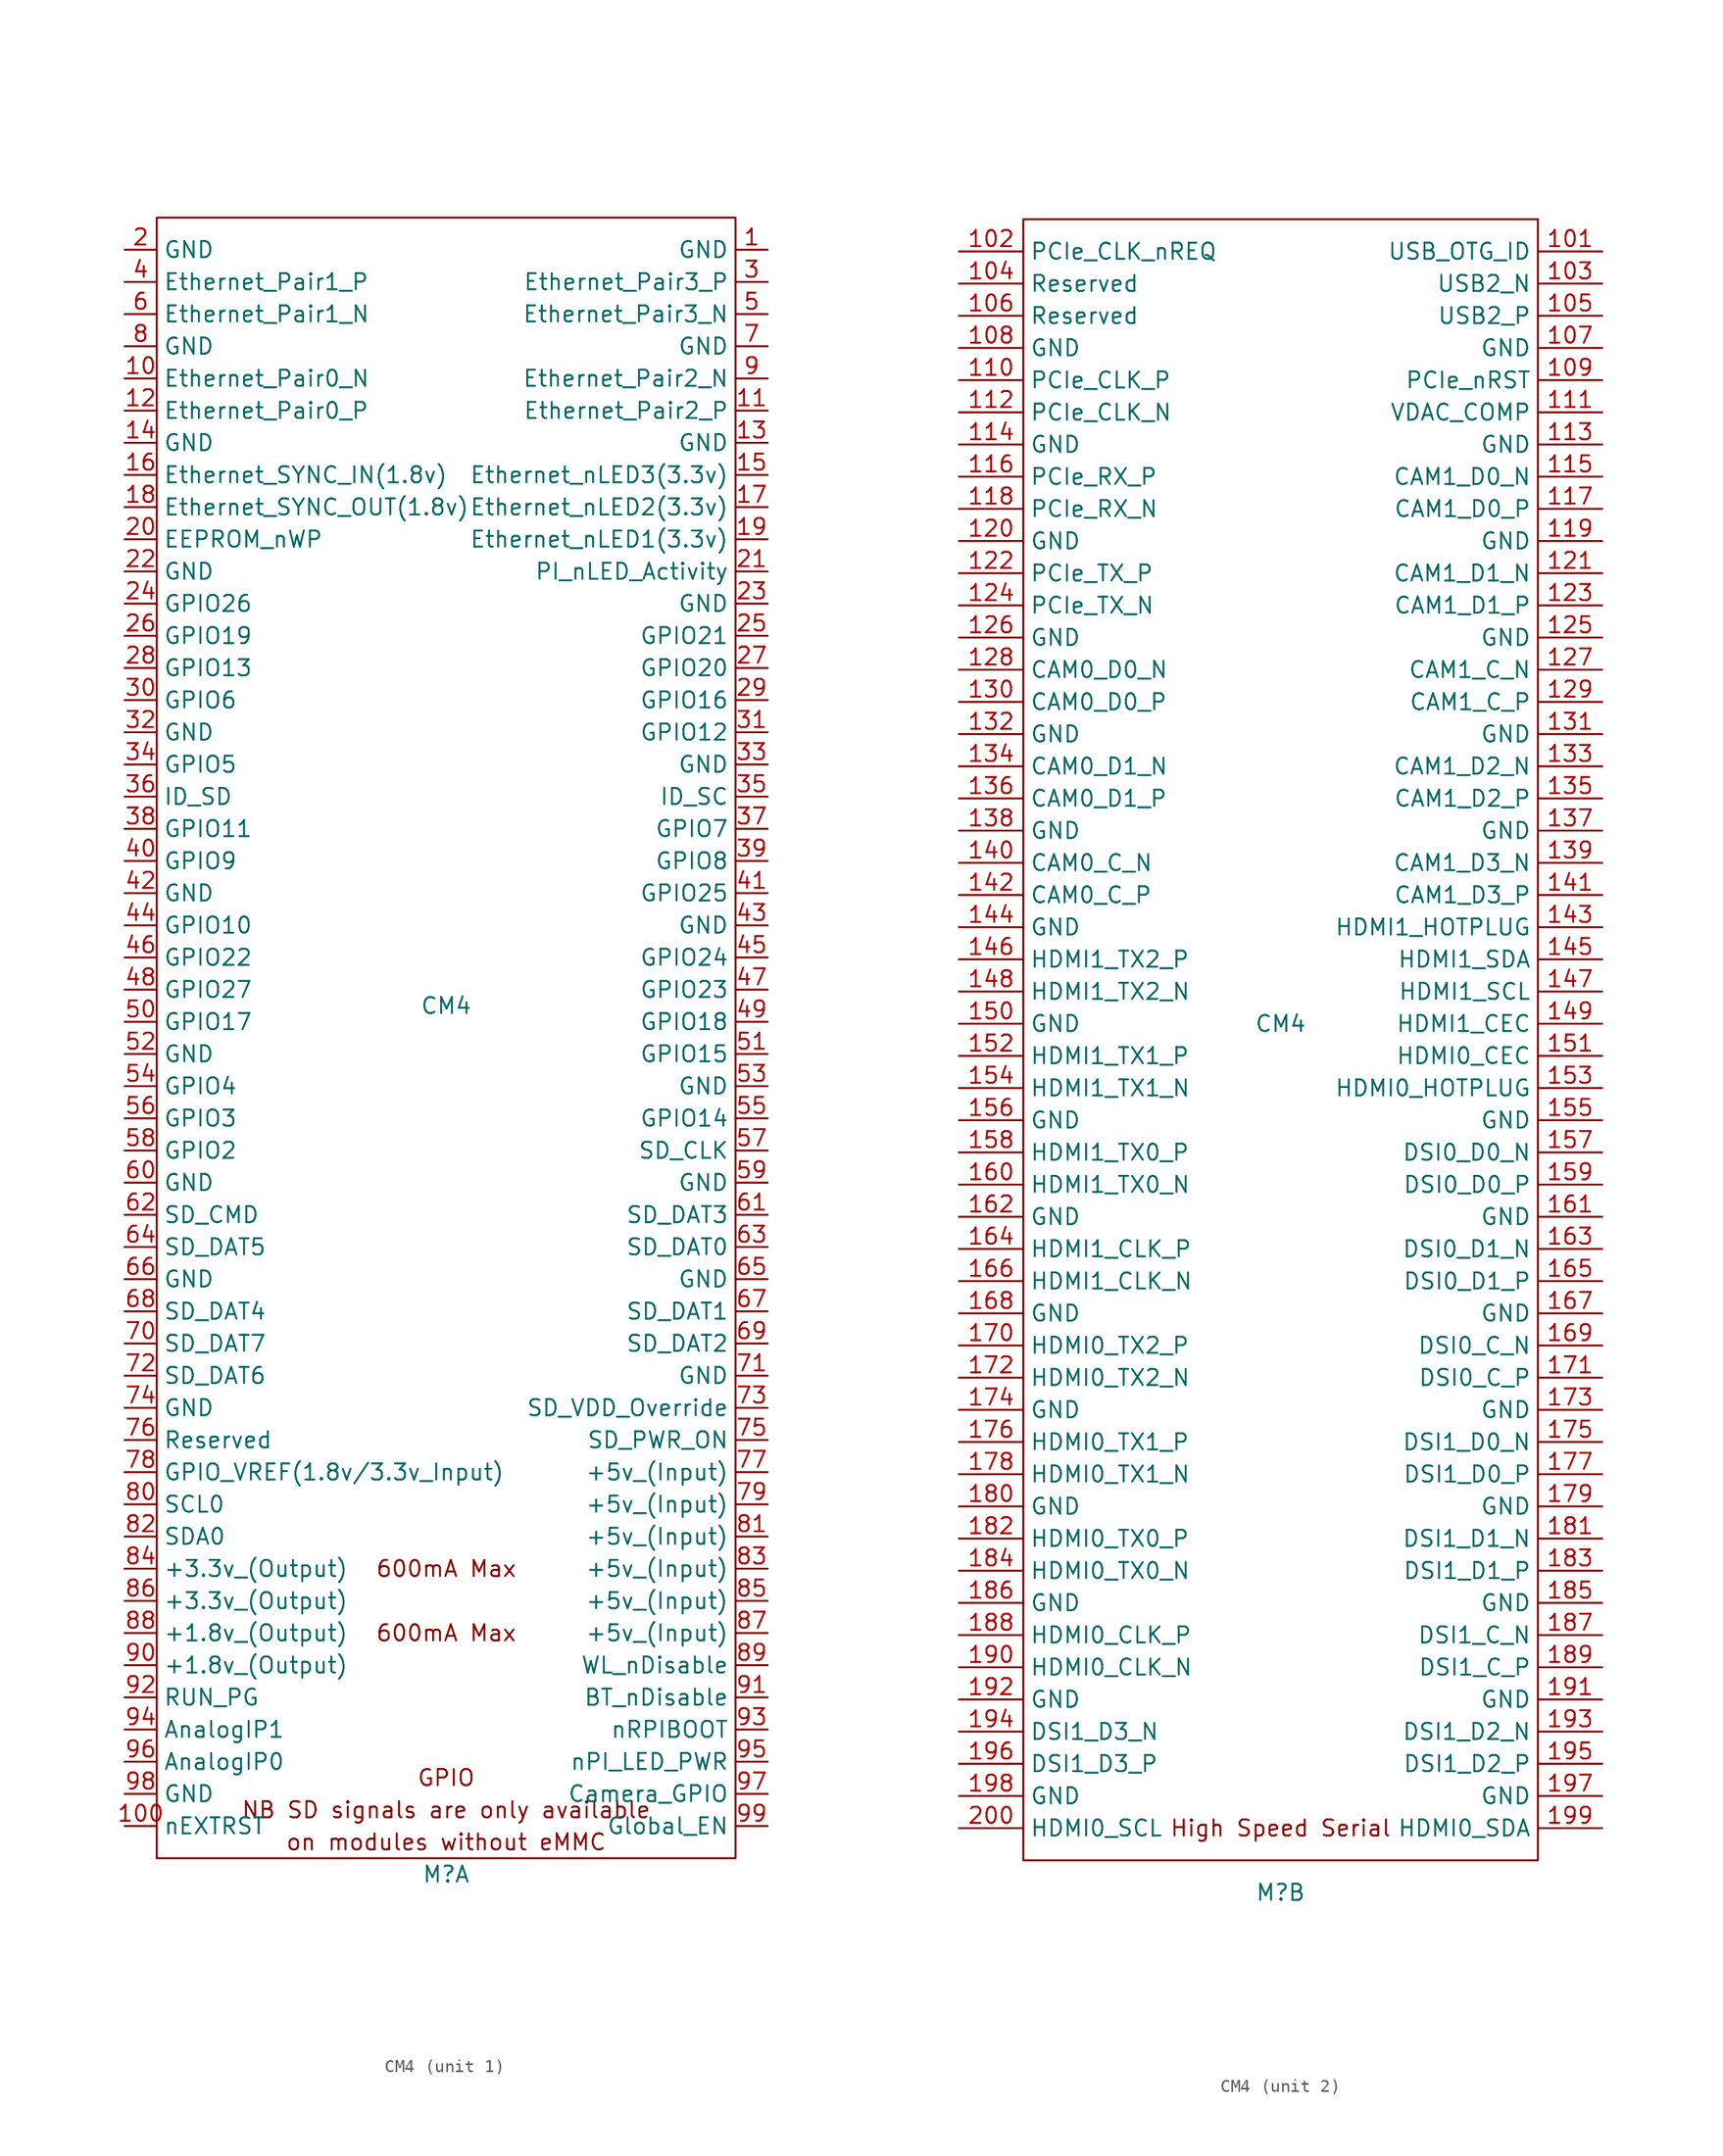
<source format=kicad_sym>
(kicad_symbol_lib
  (version 20220914)
  (generator kicad_symbol_editor)
  (symbol "CM4"
    (property "Reference" "M"
      (at 0 -68.58 0)
      (effects (font (size 1.27 1.27))))
    (property "Value" "CM4"
      (at 0 0 0)
      (effects (font (size 1.27 1.27))))
    (property "ki_locked" ""
      (at 0 0 0)
      (effects (font (size 1.27 1.27))))
    (symbol "CM4_1_0"
      (text "GPIO" (at 0 -60.96 0) (effects (font (size 1.27 1.27)))))
    (symbol "CM4_1_1"
      (rectangle (start -22.86 62.23) (end 22.86 -67.31) (stroke (width 0) (type default)) (fill (type none)))
      (text "600mA Max" (at 0 -49.53 0) (effects (font (size 1.27 1.27))))
      (text "600mA Max" (at 0 -44.45 0) (effects (font (size 1.27 1.27))))
      (text "NB SD signals are only available" (at 0 -63.5 0) (effects (font (size 1.27 1.27))))
      (text "on modules without eMMC" (at 0 -66.04 0) (effects (font (size 1.27 1.27))))
      (pin power_in line (at 25.4 59.69 180) (length 2.54) (name "GND" (effects (font (size 1.27 1.27)))) (number "1" (effects (font (size 1.27 1.27)))))
      (pin passive line (at -25.4 49.53 0) (length 2.54) (name "Ethernet_Pair0_N" (effects (font (size 1.27 1.27)))) (number "10" (effects (font (size 1.27 1.27)))))
      (pin output line (at -25.4 -64.77 0) (length 2.54) (name "nEXTRST" (effects (font (size 1.27 1.27)))) (number "100" (effects (font (size 1.27 1.27)))))
      (pin passive line (at 25.4 46.99 180) (length 2.54) (name "Ethernet_Pair2_P" (effects (font (size 1.27 1.27)))) (number "11" (effects (font (size 1.27 1.27)))))
      (pin passive line (at -25.4 46.99 0) (length 2.54) (name "Ethernet_Pair0_P" (effects (font (size 1.27 1.27)))) (number "12" (effects (font (size 1.27 1.27)))))
      (pin power_in line (at 25.4 44.45 180) (length 2.54) (name "GND" (effects (font (size 1.27 1.27)))) (number "13" (effects (font (size 1.27 1.27)))))
      (pin power_in line (at -25.4 44.45 0) (length 2.54) (name "GND" (effects (font (size 1.27 1.27)))) (number "14" (effects (font (size 1.27 1.27)))))
      (pin output line (at 25.4 41.91 180) (length 2.54) (name "Ethernet_nLED3(3.3v)" (effects (font (size 1.27 1.27)))) (number "15" (effects (font (size 1.27 1.27)))))
      (pin input line (at -25.4 41.91 0) (length 2.54) (name "Ethernet_SYNC_IN(1.8v)" (effects (font (size 1.27 1.27)))) (number "16" (effects (font (size 1.27 1.27)))))
      (pin output line (at 25.4 39.37 180) (length 2.54) (name "Ethernet_nLED2(3.3v)" (effects (font (size 1.27 1.27)))) (number "17" (effects (font (size 1.27 1.27)))))
      (pin input line (at -25.4 39.37 0) (length 2.54) (name "Ethernet_SYNC_OUT(1.8v)" (effects (font (size 1.27 1.27)))) (number "18" (effects (font (size 1.27 1.27)))))
      (pin output line (at 25.4 36.83 180) (length 2.54) (name "Ethernet_nLED1(3.3v)" (effects (font (size 1.27 1.27)))) (number "19" (effects (font (size 1.27 1.27)))))
      (pin power_in line (at -25.4 59.69 0) (length 2.54) (name "GND" (effects (font (size 1.27 1.27)))) (number "2" (effects (font (size 1.27 1.27)))))
      (pin passive line (at -25.4 36.83 0) (length 2.54) (name "EEPROM_nWP" (effects (font (size 1.27 1.27)))) (number "20" (effects (font (size 1.27 1.27)))))
      (pin open_collector line (at 25.4 34.29 180) (length 2.54) (name "PI_nLED_Activity" (effects (font (size 1.27 1.27)))) (number "21" (effects (font (size 1.27 1.27)))))
      (pin power_in line (at -25.4 34.29 0) (length 2.54) (name "GND" (effects (font (size 1.27 1.27)))) (number "22" (effects (font (size 1.27 1.27)))))
      (pin power_in line (at 25.4 31.75 180) (length 2.54) (name "GND" (effects (font (size 1.27 1.27)))) (number "23" (effects (font (size 1.27 1.27)))))
      (pin passive line (at -25.4 31.75 0) (length 2.54) (name "GPIO26" (effects (font (size 1.27 1.27)))) (number "24" (effects (font (size 1.27 1.27)))))
      (pin passive line (at 25.4 29.21 180) (length 2.54) (name "GPIO21" (effects (font (size 1.27 1.27)))) (number "25" (effects (font (size 1.27 1.27)))))
      (pin passive line (at -25.4 29.21 0) (length 2.54) (name "GPIO19" (effects (font (size 1.27 1.27)))) (number "26" (effects (font (size 1.27 1.27)))))
      (pin passive line (at 25.4 26.67 180) (length 2.54) (name "GPIO20" (effects (font (size 1.27 1.27)))) (number "27" (effects (font (size 1.27 1.27)))))
      (pin passive line (at -25.4 26.67 0) (length 2.54) (name "GPIO13" (effects (font (size 1.27 1.27)))) (number "28" (effects (font (size 1.27 1.27)))))
      (pin passive line (at 25.4 24.13 180) (length 2.54) (name "GPIO16" (effects (font (size 1.27 1.27)))) (number "29" (effects (font (size 1.27 1.27)))))
      (pin passive line (at 25.4 57.15 180) (length 2.54) (name "Ethernet_Pair3_P" (effects (font (size 1.27 1.27)))) (number "3" (effects (font (size 1.27 1.27)))))
      (pin passive line (at -25.4 24.13 0) (length 2.54) (name "GPIO6" (effects (font (size 1.27 1.27)))) (number "30" (effects (font (size 1.27 1.27)))))
      (pin passive line (at 25.4 21.59 180) (length 2.54) (name "GPIO12" (effects (font (size 1.27 1.27)))) (number "31" (effects (font (size 1.27 1.27)))))
      (pin power_in line (at -25.4 21.59 0) (length 2.54) (name "GND" (effects (font (size 1.27 1.27)))) (number "32" (effects (font (size 1.27 1.27)))))
      (pin power_in line (at 25.4 19.05 180) (length 2.54) (name "GND" (effects (font (size 1.27 1.27)))) (number "33" (effects (font (size 1.27 1.27)))))
      (pin passive line (at -25.4 19.05 0) (length 2.54) (name "GPIO5" (effects (font (size 1.27 1.27)))) (number "34" (effects (font (size 1.27 1.27)))))
      (pin passive line (at 25.4 16.51 180) (length 2.54) (name "ID_SC" (effects (font (size 1.27 1.27)))) (number "35" (effects (font (size 1.27 1.27)))))
      (pin passive line (at -25.4 16.51 0) (length 2.54) (name "ID_SD" (effects (font (size 1.27 1.27)))) (number "36" (effects (font (size 1.27 1.27)))))
      (pin passive line (at 25.4 13.97 180) (length 2.54) (name "GPIO7" (effects (font (size 1.27 1.27)))) (number "37" (effects (font (size 1.27 1.27)))))
      (pin passive line (at -25.4 13.97 0) (length 2.54) (name "GPIO11" (effects (font (size 1.27 1.27)))) (number "38" (effects (font (size 1.27 1.27)))))
      (pin passive line (at 25.4 11.43 180) (length 2.54) (name "GPIO8" (effects (font (size 1.27 1.27)))) (number "39" (effects (font (size 1.27 1.27)))))
      (pin passive line (at -25.4 57.15 0) (length 2.54) (name "Ethernet_Pair1_P" (effects (font (size 1.27 1.27)))) (number "4" (effects (font (size 1.27 1.27)))))
      (pin passive line (at -25.4 11.43 0) (length 2.54) (name "GPIO9" (effects (font (size 1.27 1.27)))) (number "40" (effects (font (size 1.27 1.27)))))
      (pin passive line (at 25.4 8.89 180) (length 2.54) (name "GPIO25" (effects (font (size 1.27 1.27)))) (number "41" (effects (font (size 1.27 1.27)))))
      (pin power_in line (at -25.4 8.89 0) (length 2.54) (name "GND" (effects (font (size 1.27 1.27)))) (number "42" (effects (font (size 1.27 1.27)))))
      (pin power_in line (at 25.4 6.35 180) (length 2.54) (name "GND" (effects (font (size 1.27 1.27)))) (number "43" (effects (font (size 1.27 1.27)))))
      (pin passive line (at -25.4 6.35 0) (length 2.54) (name "GPIO10" (effects (font (size 1.27 1.27)))) (number "44" (effects (font (size 1.27 1.27)))))
      (pin passive line (at 25.4 3.81 180) (length 2.54) (name "GPIO24" (effects (font (size 1.27 1.27)))) (number "45" (effects (font (size 1.27 1.27)))))
      (pin passive line (at -25.4 3.81 0) (length 2.54) (name "GPIO22" (effects (font (size 1.27 1.27)))) (number "46" (effects (font (size 1.27 1.27)))))
      (pin passive line (at 25.4 1.27 180) (length 2.54) (name "GPIO23" (effects (font (size 1.27 1.27)))) (number "47" (effects (font (size 1.27 1.27)))))
      (pin passive line (at -25.4 1.27 0) (length 2.54) (name "GPIO27" (effects (font (size 1.27 1.27)))) (number "48" (effects (font (size 1.27 1.27)))))
      (pin passive line (at 25.4 -1.27 180) (length 2.54) (name "GPIO18" (effects (font (size 1.27 1.27)))) (number "49" (effects (font (size 1.27 1.27)))))
      (pin passive line (at 25.4 54.61 180) (length 2.54) (name "Ethernet_Pair3_N" (effects (font (size 1.27 1.27)))) (number "5" (effects (font (size 1.27 1.27)))))
      (pin passive line (at -25.4 -1.27 0) (length 2.54) (name "GPIO17" (effects (font (size 1.27 1.27)))) (number "50" (effects (font (size 1.27 1.27)))))
      (pin passive line (at 25.4 -3.81 180) (length 2.54) (name "GPIO15" (effects (font (size 1.27 1.27)))) (number "51" (effects (font (size 1.27 1.27)))))
      (pin power_in line (at -25.4 -3.81 0) (length 2.54) (name "GND" (effects (font (size 1.27 1.27)))) (number "52" (effects (font (size 1.27 1.27)))))
      (pin power_in line (at 25.4 -6.35 180) (length 2.54) (name "GND" (effects (font (size 1.27 1.27)))) (number "53" (effects (font (size 1.27 1.27)))))
      (pin passive line (at -25.4 -6.35 0) (length 2.54) (name "GPIO4" (effects (font (size 1.27 1.27)))) (number "54" (effects (font (size 1.27 1.27)))))
      (pin passive line (at 25.4 -8.89 180) (length 2.54) (name "GPIO14" (effects (font (size 1.27 1.27)))) (number "55" (effects (font (size 1.27 1.27)))))
      (pin passive line (at -25.4 -8.89 0) (length 2.54) (name "GPIO3" (effects (font (size 1.27 1.27)))) (number "56" (effects (font (size 1.27 1.27)))))
      (pin passive line (at 25.4 -11.43 180) (length 2.54) (name "SD_CLK" (effects (font (size 1.27 1.27)))) (number "57" (effects (font (size 1.27 1.27)))))
      (pin passive line (at -25.4 -11.43 0) (length 2.54) (name "GPIO2" (effects (font (size 1.27 1.27)))) (number "58" (effects (font (size 1.27 1.27)))))
      (pin power_in line (at 25.4 -13.97 180) (length 2.54) (name "GND" (effects (font (size 1.27 1.27)))) (number "59" (effects (font (size 1.27 1.27)))))
      (pin passive line (at -25.4 54.61 0) (length 2.54) (name "Ethernet_Pair1_N" (effects (font (size 1.27 1.27)))) (number "6" (effects (font (size 1.27 1.27)))))
      (pin power_in line (at -25.4 -13.97 0) (length 2.54) (name "GND" (effects (font (size 1.27 1.27)))) (number "60" (effects (font (size 1.27 1.27)))))
      (pin passive line (at 25.4 -16.51 180) (length 2.54) (name "SD_DAT3" (effects (font (size 1.27 1.27)))) (number "61" (effects (font (size 1.27 1.27)))))
      (pin passive line (at -25.4 -16.51 0) (length 2.54) (name "SD_CMD" (effects (font (size 1.27 1.27)))) (number "62" (effects (font (size 1.27 1.27)))))
      (pin passive line (at 25.4 -19.05 180) (length 2.54) (name "SD_DAT0" (effects (font (size 1.27 1.27)))) (number "63" (effects (font (size 1.27 1.27)))))
      (pin passive line (at -25.4 -19.05 0) (length 2.54) (name "SD_DAT5" (effects (font (size 1.27 1.27)))) (number "64" (effects (font (size 1.27 1.27)))))
      (pin power_in line (at 25.4 -21.59 180) (length 2.54) (name "GND" (effects (font (size 1.27 1.27)))) (number "65" (effects (font (size 1.27 1.27)))))
      (pin power_in line (at -25.4 -21.59 0) (length 2.54) (name "GND" (effects (font (size 1.27 1.27)))) (number "66" (effects (font (size 1.27 1.27)))))
      (pin passive line (at 25.4 -24.13 180) (length 2.54) (name "SD_DAT1" (effects (font (size 1.27 1.27)))) (number "67" (effects (font (size 1.27 1.27)))))
      (pin passive line (at -25.4 -24.13 0) (length 2.54) (name "SD_DAT4" (effects (font (size 1.27 1.27)))) (number "68" (effects (font (size 1.27 1.27)))))
      (pin passive line (at 25.4 -26.67 180) (length 2.54) (name "SD_DAT2" (effects (font (size 1.27 1.27)))) (number "69" (effects (font (size 1.27 1.27)))))
      (pin power_in line (at 25.4 52.07 180) (length 2.54) (name "GND" (effects (font (size 1.27 1.27)))) (number "7" (effects (font (size 1.27 1.27)))))
      (pin passive line (at -25.4 -26.67 0) (length 2.54) (name "SD_DAT7" (effects (font (size 1.27 1.27)))) (number "70" (effects (font (size 1.27 1.27)))))
      (pin power_in line (at 25.4 -29.21 180) (length 2.54) (name "GND" (effects (font (size 1.27 1.27)))) (number "71" (effects (font (size 1.27 1.27)))))
      (pin passive line (at -25.4 -29.21 0) (length 2.54) (name "SD_DAT6" (effects (font (size 1.27 1.27)))) (number "72" (effects (font (size 1.27 1.27)))))
      (pin input line (at 25.4 -31.75 180) (length 2.54) (name "SD_VDD_Override" (effects (font (size 1.27 1.27)))) (number "73" (effects (font (size 1.27 1.27)))))
      (pin power_in line (at -25.4 -31.75 0) (length 2.54) (name "GND" (effects (font (size 1.27 1.27)))) (number "74" (effects (font (size 1.27 1.27)))))
      (pin output line (at 25.4 -34.29 180) (length 2.54) (name "SD_PWR_ON" (effects (font (size 1.27 1.27)))) (number "75" (effects (font (size 1.27 1.27)))))
      (pin passive line (at -25.4 -34.29 0) (length 2.54) (name "Reserved" (effects (font (size 1.27 1.27)))) (number "76" (effects (font (size 1.27 1.27)))))
      (pin power_in line (at 25.4 -36.83 180) (length 2.54) (name "+5v_(Input)" (effects (font (size 1.27 1.27)))) (number "77" (effects (font (size 1.27 1.27)))))
      (pin power_in line (at -25.4 -36.83 0) (length 2.54) (name "GPIO_VREF(1.8v/3.3v_Input)" (effects (font (size 1.27 1.27)))) (number "78" (effects (font (size 1.27 1.27)))))
      (pin power_in line (at 25.4 -39.37 180) (length 2.54) (name "+5v_(Input)" (effects (font (size 1.27 1.27)))) (number "79" (effects (font (size 1.27 1.27)))))
      (pin power_in line (at -25.4 52.07 0) (length 2.54) (name "GND" (effects (font (size 1.27 1.27)))) (number "8" (effects (font (size 1.27 1.27)))))
      (pin passive line (at -25.4 -39.37 0) (length 2.54) (name "SCL0" (effects (font (size 1.27 1.27)))) (number "80" (effects (font (size 1.27 1.27)))))
      (pin power_in line (at 25.4 -41.91 180) (length 2.54) (name "+5v_(Input)" (effects (font (size 1.27 1.27)))) (number "81" (effects (font (size 1.27 1.27)))))
      (pin passive line (at -25.4 -41.91 0) (length 2.54) (name "SDA0" (effects (font (size 1.27 1.27)))) (number "82" (effects (font (size 1.27 1.27)))))
      (pin power_in line (at 25.4 -44.45 180) (length 2.54) (name "+5v_(Input)" (effects (font (size 1.27 1.27)))) (number "83" (effects (font (size 1.27 1.27)))))
      (pin power_out line (at -25.4 -44.45 0) (length 2.54) (name "+3.3v_(Output)" (effects (font (size 1.27 1.27)))) (number "84" (effects (font (size 1.27 1.27)))))
      (pin power_in line (at 25.4 -46.99 180) (length 2.54) (name "+5v_(Input)" (effects (font (size 1.27 1.27)))) (number "85" (effects (font (size 1.27 1.27)))))
      (pin power_out line (at -25.4 -46.99 0) (length 2.54) (name "+3.3v_(Output)" (effects (font (size 1.27 1.27)))) (number "86" (effects (font (size 1.27 1.27)))))
      (pin power_in line (at 25.4 -49.53 180) (length 2.54) (name "+5v_(Input)" (effects (font (size 1.27 1.27)))) (number "87" (effects (font (size 1.27 1.27)))))
      (pin power_out line (at -25.4 -49.53 0) (length 2.54) (name "+1.8v_(Output)" (effects (font (size 1.27 1.27)))) (number "88" (effects (font (size 1.27 1.27)))))
      (pin input line (at 25.4 -52.07 180) (length 2.54) (name "WL_nDisable" (effects (font (size 1.27 1.27)))) (number "89" (effects (font (size 1.27 1.27)))))
      (pin passive line (at 25.4 49.53 180) (length 2.54) (name "Ethernet_Pair2_N" (effects (font (size 1.27 1.27)))) (number "9" (effects (font (size 1.27 1.27)))))
      (pin power_out line (at -25.4 -52.07 0) (length 2.54) (name "+1.8v_(Output)" (effects (font (size 1.27 1.27)))) (number "90" (effects (font (size 1.27 1.27)))))
      (pin input line (at 25.4 -54.61 180) (length 2.54) (name "BT_nDisable" (effects (font (size 1.27 1.27)))) (number "91" (effects (font (size 1.27 1.27)))))
      (pin passive line (at -25.4 -54.61 0) (length 2.54) (name "RUN_PG" (effects (font (size 1.27 1.27)))) (number "92" (effects (font (size 1.27 1.27)))))
      (pin input line (at 25.4 -57.15 180) (length 2.54) (name "nRPIBOOT" (effects (font (size 1.27 1.27)))) (number "93" (effects (font (size 1.27 1.27)))))
      (pin passive line (at -25.4 -57.15 0) (length 2.54) (name "AnalogIP1" (effects (font (size 1.27 1.27)))) (number "94" (effects (font (size 1.27 1.27)))))
      (pin output line (at 25.4 -59.69 180) (length 2.54) (name "nPI_LED_PWR" (effects (font (size 1.27 1.27)))) (number "95" (effects (font (size 1.27 1.27)))))
      (pin passive line (at -25.4 -59.69 0) (length 2.54) (name "AnalogIP0" (effects (font (size 1.27 1.27)))) (number "96" (effects (font (size 1.27 1.27)))))
      (pin passive line (at 25.4 -62.23 180) (length 2.54) (name "Camera_GPIO" (effects (font (size 1.27 1.27)))) (number "97" (effects (font (size 1.27 1.27)))))
      (pin power_in line (at -25.4 -62.23 0) (length 2.54) (name "GND" (effects (font (size 1.27 1.27)))) (number "98" (effects (font (size 1.27 1.27)))))
      (pin input line (at 25.4 -64.77 180) (length 2.54) (name "Global_EN" (effects (font (size 1.27 1.27)))) (number "99" (effects (font (size 1.27 1.27))))))
    (symbol "CM4_2_1"
      (rectangle (start -20.32 63.5) (end 20.32 -66.04) (stroke (width 0) (type default)) (fill (type none)))
      (text "High Speed Serial" (at 0 -63.5 0) (effects (font (size 1.27 1.27))))
      (pin input line (at 25.4 60.96 180) (length 5.08) (name "USB_OTG_ID" (effects (font (size 1.27 1.27)))) (number "101" (effects (font (size 1.27 1.27)))))
      (pin input line (at -25.4 60.96 0) (length 5.08) (name "PCIe_CLK_nREQ" (effects (font (size 1.27 1.27)))) (number "102" (effects (font (size 1.27 1.27)))))
      (pin passive line (at 25.4 58.42 180) (length 5.08) (name "USB2_N" (effects (font (size 1.27 1.27)))) (number "103" (effects (font (size 1.27 1.27)))))
      (pin passive line (at -25.4 58.42 0) (length 5.08) (name "Reserved" (effects (font (size 1.27 1.27)))) (number "104" (effects (font (size 1.27 1.27)))))
      (pin passive line (at 25.4 55.88 180) (length 5.08) (name "USB2_P" (effects (font (size 1.27 1.27)))) (number "105" (effects (font (size 1.27 1.27)))))
      (pin passive line (at -25.4 55.88 0) (length 5.08) (name "Reserved" (effects (font (size 1.27 1.27)))) (number "106" (effects (font (size 1.27 1.27)))))
      (pin power_in line (at 25.4 53.34 180) (length 5.08) (name "GND" (effects (font (size 1.27 1.27)))) (number "107" (effects (font (size 1.27 1.27)))))
      (pin power_in line (at -25.4 53.34 0) (length 5.08) (name "GND" (effects (font (size 1.27 1.27)))) (number "108" (effects (font (size 1.27 1.27)))))
      (pin bidirectional line (at 25.4 50.8 180) (length 5.08) (name "PCIe_nRST" (effects (font (size 1.27 1.27)))) (number "109" (effects (font (size 1.27 1.27)))))
      (pin output line (at -25.4 50.8 0) (length 5.08) (name "PCIe_CLK_P" (effects (font (size 1.27 1.27)))) (number "110" (effects (font (size 1.27 1.27)))))
      (pin passive line (at 25.4 48.26 180) (length 5.08) (name "VDAC_COMP" (effects (font (size 1.27 1.27)))) (number "111" (effects (font (size 1.27 1.27)))))
      (pin output line (at -25.4 48.26 0) (length 5.08) (name "PCIe_CLK_N" (effects (font (size 1.27 1.27)))) (number "112" (effects (font (size 1.27 1.27)))))
      (pin power_in line (at 25.4 45.72 180) (length 5.08) (name "GND" (effects (font (size 1.27 1.27)))) (number "113" (effects (font (size 1.27 1.27)))))
      (pin power_in line (at -25.4 45.72 0) (length 5.08) (name "GND" (effects (font (size 1.27 1.27)))) (number "114" (effects (font (size 1.27 1.27)))))
      (pin input line (at 25.4 43.18 180) (length 5.08) (name "CAM1_D0_N" (effects (font (size 1.27 1.27)))) (number "115" (effects (font (size 1.27 1.27)))))
      (pin input line (at -25.4 43.18 0) (length 5.08) (name "PCIe_RX_P" (effects (font (size 1.27 1.27)))) (number "116" (effects (font (size 1.27 1.27)))))
      (pin input line (at 25.4 40.64 180) (length 5.08) (name "CAM1_D0_P" (effects (font (size 1.27 1.27)))) (number "117" (effects (font (size 1.27 1.27)))))
      (pin input line (at -25.4 40.64 0) (length 5.08) (name "PCIe_RX_N" (effects (font (size 1.27 1.27)))) (number "118" (effects (font (size 1.27 1.27)))))
      (pin power_in line (at 25.4 38.1 180) (length 5.08) (name "GND" (effects (font (size 1.27 1.27)))) (number "119" (effects (font (size 1.27 1.27)))))
      (pin power_in line (at -25.4 38.1 0) (length 5.08) (name "GND" (effects (font (size 1.27 1.27)))) (number "120" (effects (font (size 1.27 1.27)))))
      (pin input line (at 25.4 35.56 180) (length 5.08) (name "CAM1_D1_N" (effects (font (size 1.27 1.27)))) (number "121" (effects (font (size 1.27 1.27)))))
      (pin output line (at -25.4 35.56 0) (length 5.08) (name "PCIe_TX_P" (effects (font (size 1.27 1.27)))) (number "122" (effects (font (size 1.27 1.27)))))
      (pin input line (at 25.4 33.02 180) (length 5.08) (name "CAM1_D1_P" (effects (font (size 1.27 1.27)))) (number "123" (effects (font (size 1.27 1.27)))))
      (pin output line (at -25.4 33.02 0) (length 5.08) (name "PCIe_TX_N" (effects (font (size 1.27 1.27)))) (number "124" (effects (font (size 1.27 1.27)))))
      (pin power_in line (at 25.4 30.48 180) (length 5.08) (name "GND" (effects (font (size 1.27 1.27)))) (number "125" (effects (font (size 1.27 1.27)))))
      (pin power_in line (at -25.4 30.48 0) (length 5.08) (name "GND" (effects (font (size 1.27 1.27)))) (number "126" (effects (font (size 1.27 1.27)))))
      (pin input line (at 25.4 27.94 180) (length 5.08) (name "CAM1_C_N" (effects (font (size 1.27 1.27)))) (number "127" (effects (font (size 1.27 1.27)))))
      (pin input line (at -25.4 27.94 0) (length 5.08) (name "CAM0_D0_N" (effects (font (size 1.27 1.27)))) (number "128" (effects (font (size 1.27 1.27)))))
      (pin input line (at 25.4 25.4 180) (length 5.08) (name "CAM1_C_P" (effects (font (size 1.27 1.27)))) (number "129" (effects (font (size 1.27 1.27)))))
      (pin input line (at -25.4 25.4 0) (length 5.08) (name "CAM0_D0_P" (effects (font (size 1.27 1.27)))) (number "130" (effects (font (size 1.27 1.27)))))
      (pin power_in line (at 25.4 22.86 180) (length 5.08) (name "GND" (effects (font (size 1.27 1.27)))) (number "131" (effects (font (size 1.27 1.27)))))
      (pin power_in line (at -25.4 22.86 0) (length 5.08) (name "GND" (effects (font (size 1.27 1.27)))) (number "132" (effects (font (size 1.27 1.27)))))
      (pin input line (at 25.4 20.32 180) (length 5.08) (name "CAM1_D2_N" (effects (font (size 1.27 1.27)))) (number "133" (effects (font (size 1.27 1.27)))))
      (pin input line (at -25.4 20.32 0) (length 5.08) (name "CAM0_D1_N" (effects (font (size 1.27 1.27)))) (number "134" (effects (font (size 1.27 1.27)))))
      (pin input line (at 25.4 17.78 180) (length 5.08) (name "CAM1_D2_P" (effects (font (size 1.27 1.27)))) (number "135" (effects (font (size 1.27 1.27)))))
      (pin input line (at -25.4 17.78 0) (length 5.08) (name "CAM0_D1_P" (effects (font (size 1.27 1.27)))) (number "136" (effects (font (size 1.27 1.27)))))
      (pin power_in line (at 25.4 15.24 180) (length 5.08) (name "GND" (effects (font (size 1.27 1.27)))) (number "137" (effects (font (size 1.27 1.27)))))
      (pin power_in line (at -25.4 15.24 0) (length 5.08) (name "GND" (effects (font (size 1.27 1.27)))) (number "138" (effects (font (size 1.27 1.27)))))
      (pin input line (at 25.4 12.7 180) (length 5.08) (name "CAM1_D3_N" (effects (font (size 1.27 1.27)))) (number "139" (effects (font (size 1.27 1.27)))))
      (pin input line (at -25.4 12.7 0) (length 5.08) (name "CAM0_C_N" (effects (font (size 1.27 1.27)))) (number "140" (effects (font (size 1.27 1.27)))))
      (pin input line (at 25.4 10.16 180) (length 5.08) (name "CAM1_D3_P" (effects (font (size 1.27 1.27)))) (number "141" (effects (font (size 1.27 1.27)))))
      (pin input line (at -25.4 10.16 0) (length 5.08) (name "CAM0_C_P" (effects (font (size 1.27 1.27)))) (number "142" (effects (font (size 1.27 1.27)))))
      (pin input line (at 25.4 7.62 180) (length 5.08) (name "HDMI1_HOTPLUG" (effects (font (size 1.27 1.27)))) (number "143" (effects (font (size 1.27 1.27)))))
      (pin power_in line (at -25.4 7.62 0) (length 5.08) (name "GND" (effects (font (size 1.27 1.27)))) (number "144" (effects (font (size 1.27 1.27)))))
      (pin bidirectional line (at 25.4 5.08 180) (length 5.08) (name "HDMI1_SDA" (effects (font (size 1.27 1.27)))) (number "145" (effects (font (size 1.27 1.27)))))
      (pin output line (at -25.4 5.08 0) (length 5.08) (name "HDMI1_TX2_P" (effects (font (size 1.27 1.27)))) (number "146" (effects (font (size 1.27 1.27)))))
      (pin open_collector line (at 25.4 2.54 180) (length 5.08) (name "HDMI1_SCL" (effects (font (size 1.27 1.27)))) (number "147" (effects (font (size 1.27 1.27)))))
      (pin output line (at -25.4 2.54 0) (length 5.08) (name "HDMI1_TX2_N" (effects (font (size 1.27 1.27)))) (number "148" (effects (font (size 1.27 1.27)))))
      (pin open_collector line (at 25.4 0 180) (length 5.08) (name "HDMI1_CEC" (effects (font (size 1.27 1.27)))) (number "149" (effects (font (size 1.27 1.27)))))
      (pin power_in line (at -25.4 0 0) (length 5.08) (name "GND" (effects (font (size 1.27 1.27)))) (number "150" (effects (font (size 1.27 1.27)))))
      (pin open_collector line (at 25.4 -2.54 180) (length 5.08) (name "HDMI0_CEC" (effects (font (size 1.27 1.27)))) (number "151" (effects (font (size 1.27 1.27)))))
      (pin output line (at -25.4 -2.54 0) (length 5.08) (name "HDMI1_TX1_P" (effects (font (size 1.27 1.27)))) (number "152" (effects (font (size 1.27 1.27)))))
      (pin input line (at 25.4 -5.08 180) (length 5.08) (name "HDMI0_HOTPLUG" (effects (font (size 1.27 1.27)))) (number "153" (effects (font (size 1.27 1.27)))))
      (pin output line (at -25.4 -5.08 0) (length 5.08) (name "HDMI1_TX1_N" (effects (font (size 1.27 1.27)))) (number "154" (effects (font (size 1.27 1.27)))))
      (pin power_in line (at 25.4 -7.62 180) (length 5.08) (name "GND" (effects (font (size 1.27 1.27)))) (number "155" (effects (font (size 1.27 1.27)))))
      (pin power_in line (at -25.4 -7.62 0) (length 5.08) (name "GND" (effects (font (size 1.27 1.27)))) (number "156" (effects (font (size 1.27 1.27)))))
      (pin output line (at 25.4 -10.16 180) (length 5.08) (name "DSI0_D0_N" (effects (font (size 1.27 1.27)))) (number "157" (effects (font (size 1.27 1.27)))))
      (pin output line (at -25.4 -10.16 0) (length 5.08) (name "HDMI1_TX0_P" (effects (font (size 1.27 1.27)))) (number "158" (effects (font (size 1.27 1.27)))))
      (pin output line (at 25.4 -12.7 180) (length 5.08) (name "DSI0_D0_P" (effects (font (size 1.27 1.27)))) (number "159" (effects (font (size 1.27 1.27)))))
      (pin output line (at -25.4 -12.7 0) (length 5.08) (name "HDMI1_TX0_N" (effects (font (size 1.27 1.27)))) (number "160" (effects (font (size 1.27 1.27)))))
      (pin power_in line (at 25.4 -15.24 180) (length 5.08) (name "GND" (effects (font (size 1.27 1.27)))) (number "161" (effects (font (size 1.27 1.27)))))
      (pin power_in line (at -25.4 -15.24 0) (length 5.08) (name "GND" (effects (font (size 1.27 1.27)))) (number "162" (effects (font (size 1.27 1.27)))))
      (pin output line (at 25.4 -17.78 180) (length 5.08) (name "DSI0_D1_N" (effects (font (size 1.27 1.27)))) (number "163" (effects (font (size 1.27 1.27)))))
      (pin output line (at -25.4 -17.78 0) (length 5.08) (name "HDMI1_CLK_P" (effects (font (size 1.27 1.27)))) (number "164" (effects (font (size 1.27 1.27)))))
      (pin output line (at 25.4 -20.32 180) (length 5.08) (name "DSI0_D1_P" (effects (font (size 1.27 1.27)))) (number "165" (effects (font (size 1.27 1.27)))))
      (pin output line (at -25.4 -20.32 0) (length 5.08) (name "HDMI1_CLK_N" (effects (font (size 1.27 1.27)))) (number "166" (effects (font (size 1.27 1.27)))))
      (pin power_in line (at 25.4 -22.86 180) (length 5.08) (name "GND" (effects (font (size 1.27 1.27)))) (number "167" (effects (font (size 1.27 1.27)))))
      (pin power_in line (at -25.4 -22.86 0) (length 5.08) (name "GND" (effects (font (size 1.27 1.27)))) (number "168" (effects (font (size 1.27 1.27)))))
      (pin output line (at 25.4 -25.4 180) (length 5.08) (name "DSI0_C_N" (effects (font (size 1.27 1.27)))) (number "169" (effects (font (size 1.27 1.27)))))
      (pin output line (at -25.4 -25.4 0) (length 5.08) (name "HDMI0_TX2_P" (effects (font (size 1.27 1.27)))) (number "170" (effects (font (size 1.27 1.27)))))
      (pin output line (at 25.4 -27.94 180) (length 5.08) (name "DSI0_C_P" (effects (font (size 1.27 1.27)))) (number "171" (effects (font (size 1.27 1.27)))))
      (pin output line (at -25.4 -27.94 0) (length 5.08) (name "HDMI0_TX2_N" (effects (font (size 1.27 1.27)))) (number "172" (effects (font (size 1.27 1.27)))))
      (pin power_in line (at 25.4 -30.48 180) (length 5.08) (name "GND" (effects (font (size 1.27 1.27)))) (number "173" (effects (font (size 1.27 1.27)))))
      (pin power_in line (at -25.4 -30.48 0) (length 5.08) (name "GND" (effects (font (size 1.27 1.27)))) (number "174" (effects (font (size 1.27 1.27)))))
      (pin output line (at 25.4 -33.02 180) (length 5.08) (name "DSI1_D0_N" (effects (font (size 1.27 1.27)))) (number "175" (effects (font (size 1.27 1.27)))))
      (pin output line (at -25.4 -33.02 0) (length 5.08) (name "HDMI0_TX1_P" (effects (font (size 1.27 1.27)))) (number "176" (effects (font (size 1.27 1.27)))))
      (pin output line (at 25.4 -35.56 180) (length 5.08) (name "DSI1_D0_P" (effects (font (size 1.27 1.27)))) (number "177" (effects (font (size 1.27 1.27)))))
      (pin output line (at -25.4 -35.56 0) (length 5.08) (name "HDMI0_TX1_N" (effects (font (size 1.27 1.27)))) (number "178" (effects (font (size 1.27 1.27)))))
      (pin power_in line (at 25.4 -38.1 180) (length 5.08) (name "GND" (effects (font (size 1.27 1.27)))) (number "179" (effects (font (size 1.27 1.27)))))
      (pin power_in line (at -25.4 -38.1 0) (length 5.08) (name "GND" (effects (font (size 1.27 1.27)))) (number "180" (effects (font (size 1.27 1.27)))))
      (pin output line (at 25.4 -40.64 180) (length 5.08) (name "DSI1_D1_N" (effects (font (size 1.27 1.27)))) (number "181" (effects (font (size 1.27 1.27)))))
      (pin output line (at -25.4 -40.64 0) (length 5.08) (name "HDMI0_TX0_P" (effects (font (size 1.27 1.27)))) (number "182" (effects (font (size 1.27 1.27)))))
      (pin output line (at 25.4 -43.18 180) (length 5.08) (name "DSI1_D1_P" (effects (font (size 1.27 1.27)))) (number "183" (effects (font (size 1.27 1.27)))))
      (pin output line (at -25.4 -43.18 0) (length 5.08) (name "HDMI0_TX0_N" (effects (font (size 1.27 1.27)))) (number "184" (effects (font (size 1.27 1.27)))))
      (pin power_in line (at 25.4 -45.72 180) (length 5.08) (name "GND" (effects (font (size 1.27 1.27)))) (number "185" (effects (font (size 1.27 1.27)))))
      (pin power_in line (at -25.4 -45.72 0) (length 5.08) (name "GND" (effects (font (size 1.27 1.27)))) (number "186" (effects (font (size 1.27 1.27)))))
      (pin output line (at 25.4 -48.26 180) (length 5.08) (name "DSI1_C_N" (effects (font (size 1.27 1.27)))) (number "187" (effects (font (size 1.27 1.27)))))
      (pin output line (at -25.4 -48.26 0) (length 5.08) (name "HDMI0_CLK_P" (effects (font (size 1.27 1.27)))) (number "188" (effects (font (size 1.27 1.27)))))
      (pin output line (at 25.4 -50.8 180) (length 5.08) (name "DSI1_C_P" (effects (font (size 1.27 1.27)))) (number "189" (effects (font (size 1.27 1.27)))))
      (pin output line (at -25.4 -50.8 0) (length 5.08) (name "HDMI0_CLK_N" (effects (font (size 1.27 1.27)))) (number "190" (effects (font (size 1.27 1.27)))))
      (pin power_in line (at 25.4 -53.34 180) (length 5.08) (name "GND" (effects (font (size 1.27 1.27)))) (number "191" (effects (font (size 1.27 1.27)))))
      (pin power_in line (at -25.4 -53.34 0) (length 5.08) (name "GND" (effects (font (size 1.27 1.27)))) (number "192" (effects (font (size 1.27 1.27)))))
      (pin output line (at 25.4 -55.88 180) (length 5.08) (name "DSI1_D2_N" (effects (font (size 1.27 1.27)))) (number "193" (effects (font (size 1.27 1.27)))))
      (pin output line (at -25.4 -55.88 0) (length 5.08) (name "DSI1_D3_N" (effects (font (size 1.27 1.27)))) (number "194" (effects (font (size 1.27 1.27)))))
      (pin output line (at 25.4 -58.42 180) (length 5.08) (name "DSI1_D2_P" (effects (font (size 1.27 1.27)))) (number "195" (effects (font (size 1.27 1.27)))))
      (pin output line (at -25.4 -58.42 0) (length 5.08) (name "DSI1_D3_P" (effects (font (size 1.27 1.27)))) (number "196" (effects (font (size 1.27 1.27)))))
      (pin power_in line (at 25.4 -60.96 180) (length 5.08) (name "GND" (effects (font (size 1.27 1.27)))) (number "197" (effects (font (size 1.27 1.27)))))
      (pin power_in line (at -25.4 -60.96 0) (length 5.08) (name "GND" (effects (font (size 1.27 1.27)))) (number "198" (effects (font (size 1.27 1.27)))))
      (pin bidirectional line (at 25.4 -63.5 180) (length 5.08) (name "HDMI0_SDA" (effects (font (size 1.27 1.27)))) (number "199" (effects (font (size 1.27 1.27)))))
      (pin open_collector line (at -25.4 -63.5 0) (length 5.08) (name "HDMI0_SCL" (effects (font (size 1.27 1.27)))) (number "200" (effects (font (size 1.27 1.27))))))))
</source>
